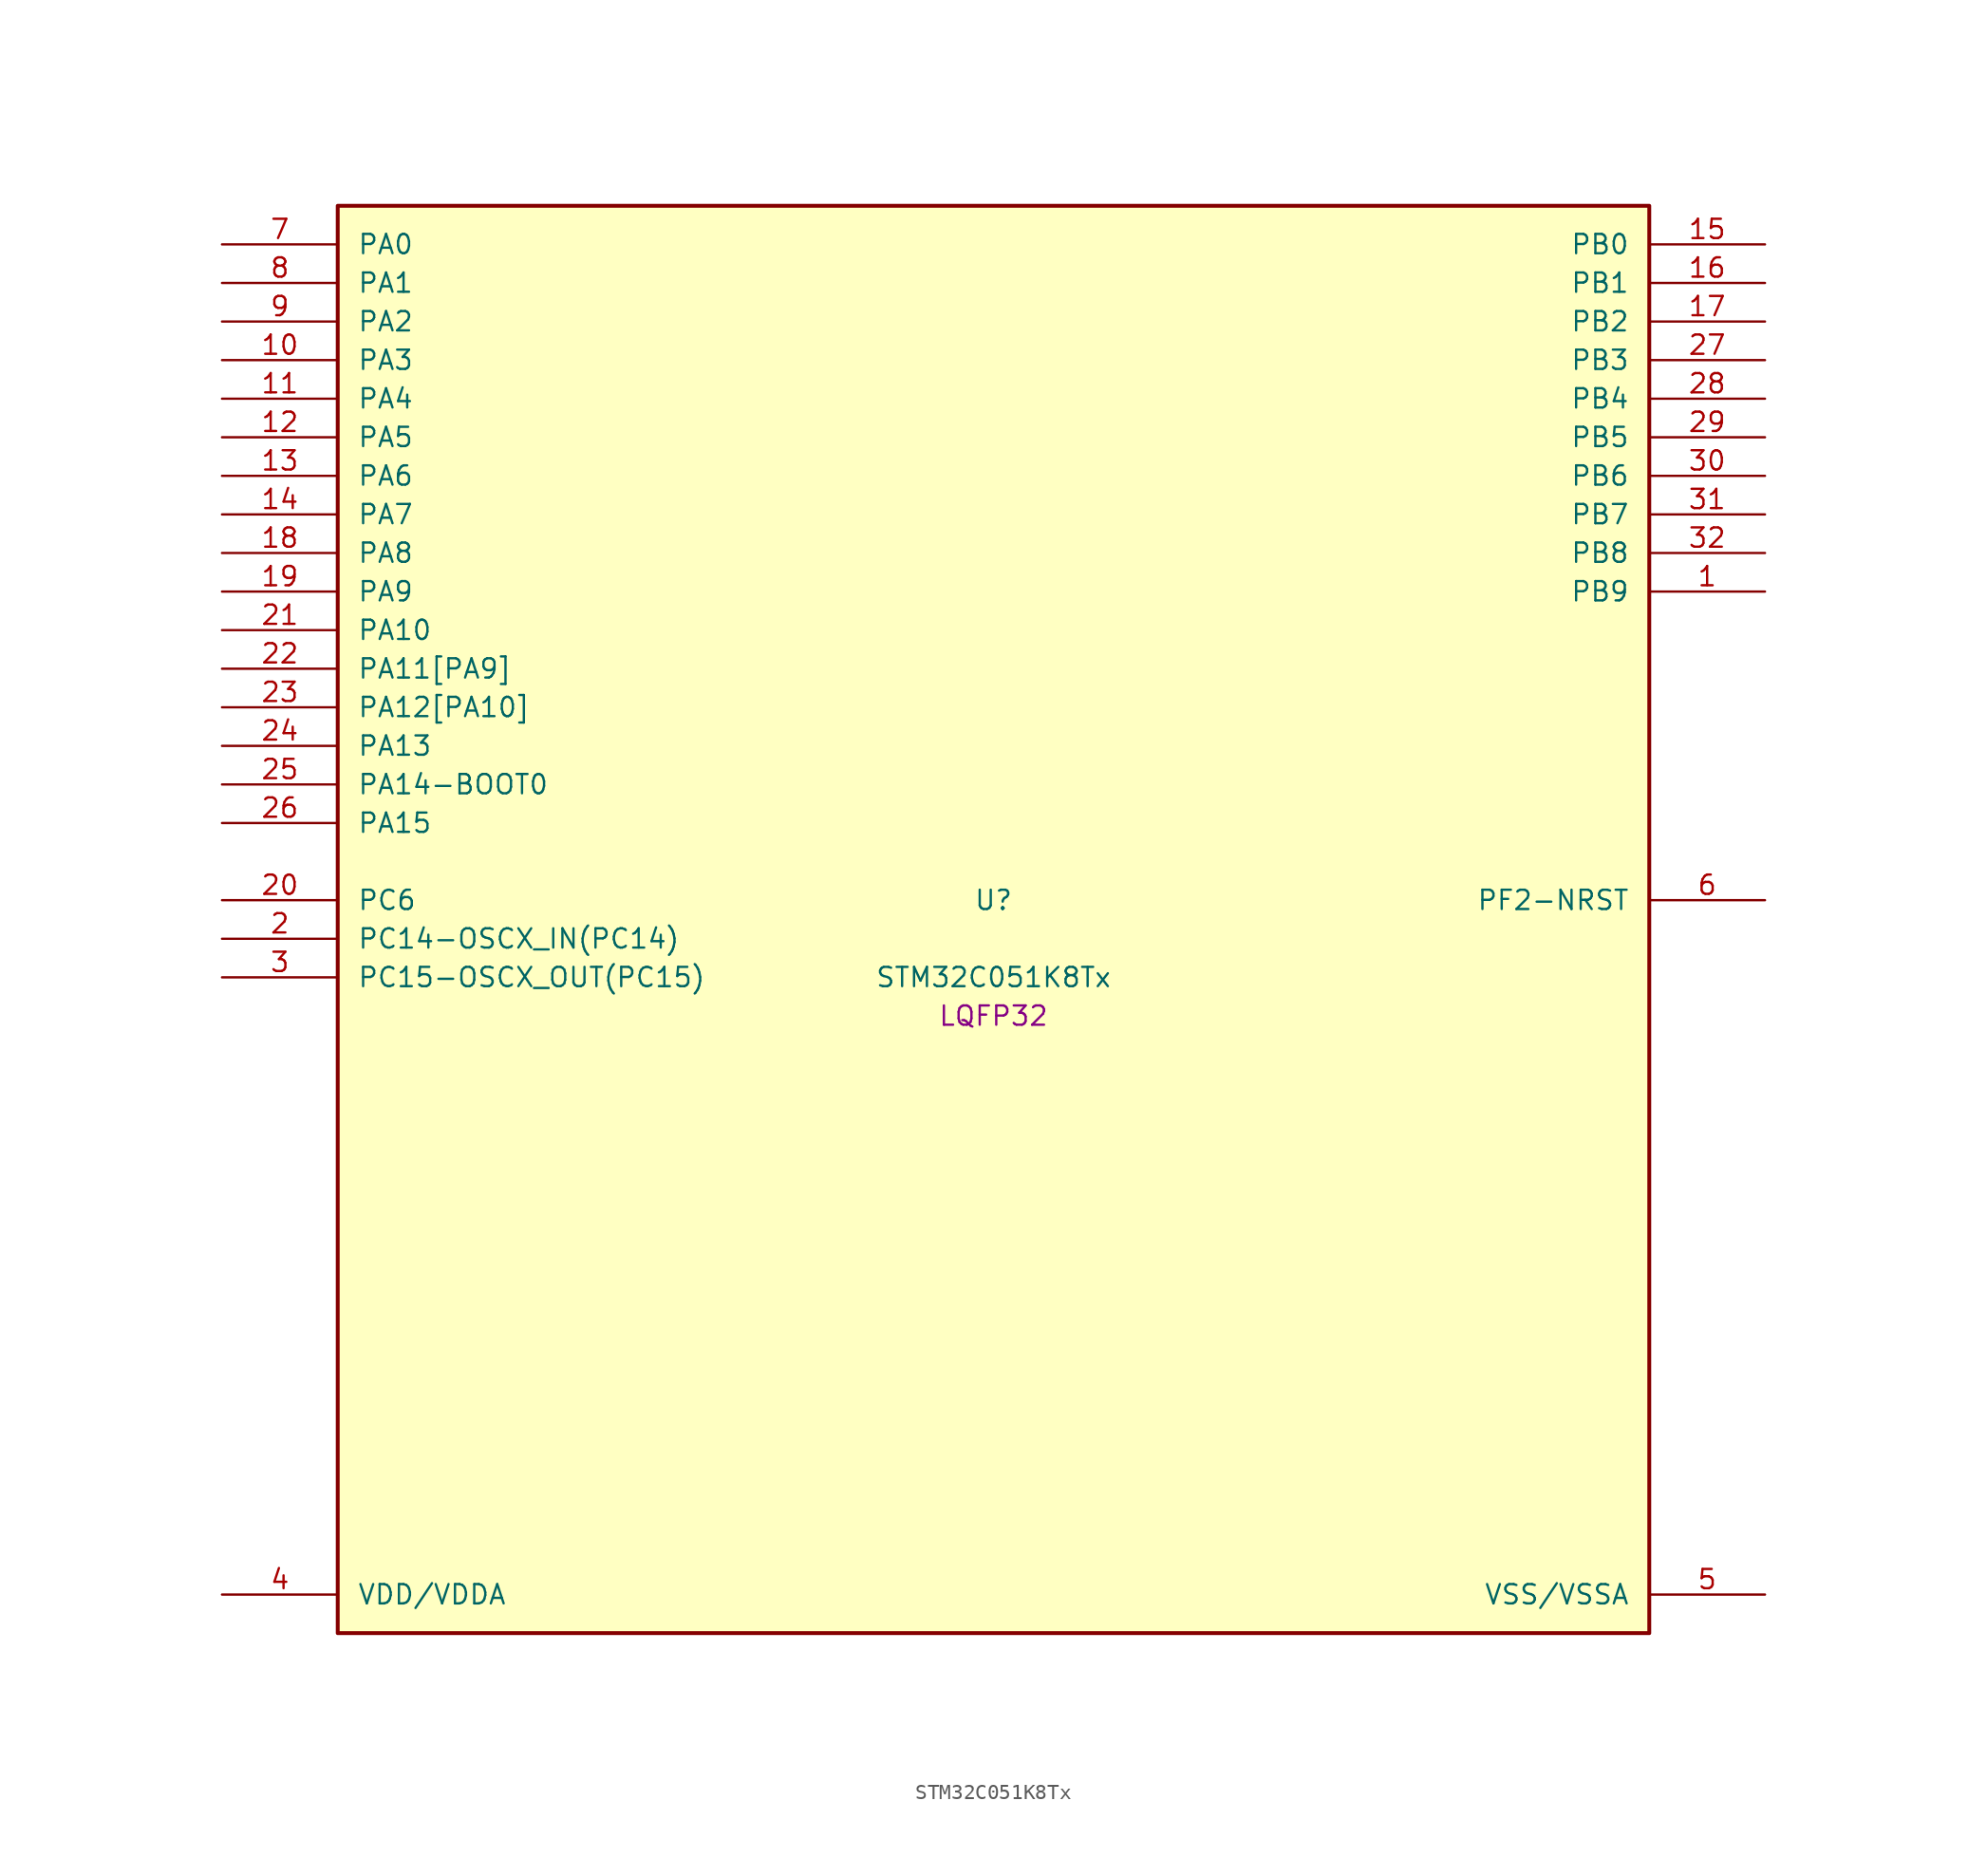
<source format=kicad_sym>
(kicad_symbol_lib
  (version 20241209)
  (generator "stm32_pkl_generator")
  (generator_version "1.0")
  (symbol "STM32C051K8Tx"
    (pin_names
      (offset 1.27))
    (property "Reference" "U"
      (at 0 2.54 0))
    (property "Value" "STM32C051K8Tx"
      (at 0 -2.54 0))
    (property "Footprint" "LQFP32"
      (at 0 -5.08 0))
    (symbol "STM32C051K8Tx_1_1"
      (rectangle (start -43.18 48.26) (end 43.18 -45.72) (stroke (width 0.254) (type solid)) (fill (type background)))
      (pin bidirectional line (at -50.8 45.72 0) (length 7.62) (name "PA0") (number "7") (alternate "PA0/ADC1_IN0" bidirectional line) (alternate "PA0/PWR_WKUP1" bidirectional line) (alternate "PA0/SPI2_SCK" bidirectional line) (alternate "PA0/TIM16_CH1" bidirectional line) (alternate "PA0/TIM1_CH1" bidirectional line) (alternate "PA0/TIM2_CH1" bidirectional line) (alternate "PA0/TIM2_ETR" bidirectional line) (alternate "PA0/USART1_TX" bidirectional line) (alternate "PA0/USART2_CTS" bidirectional line) (alternate "PA0/USART2_NSS" bidirectional line))
      (pin bidirectional line (at -50.8 43.18 0) (length 7.62) (name "PA1") (number "8") (alternate "PA1/ADC1_IN1" bidirectional line) (alternate "PA1/I2C1_SMBA" bidirectional line) (alternate "PA1/I2S1_CK" bidirectional line) (alternate "PA1/SPI1_SCK" bidirectional line) (alternate "PA1/TIM17_CH1" bidirectional line) (alternate "PA1/TIM1_CH2" bidirectional line) (alternate "PA1/TIM2_CH2" bidirectional line) (alternate "PA1/USART1_RX" bidirectional line) (alternate "PA1/USART2_CK" bidirectional line) (alternate "PA1/USART2_DE" bidirectional line) (alternate "PA1/USART2_RTS" bidirectional line))
      (pin bidirectional line (at -50.8 40.64 0) (length 7.62) (name "PA2") (number "9") (alternate "PA2/ADC1_IN2" bidirectional line) (alternate "PA2/I2S1_SD" bidirectional line) (alternate "PA2/PWR_WKUP4" bidirectional line) (alternate "PA2/RCC_LSCO" bidirectional line) (alternate "PA2/SPI1_MOSI" bidirectional line) (alternate "PA2/TIM16_CH1N" bidirectional line) (alternate "PA2/TIM1_CH3" bidirectional line) (alternate "PA2/TIM2_CH3" bidirectional line) (alternate "PA2/TIM3_ETR" bidirectional line) (alternate "PA2/USART2_TX" bidirectional line))
      (pin bidirectional line (at -50.8 38.1 0) (length 7.62) (name "PA3") (number "10") (alternate "PA3/ADC1_IN3" bidirectional line) (alternate "PA3/SPI2_MISO" bidirectional line) (alternate "PA3/TIM1_CH1N" bidirectional line) (alternate "PA3/TIM1_CH4" bidirectional line) (alternate "PA3/TIM2_CH4" bidirectional line) (alternate "PA3/USART2_RX" bidirectional line))
      (pin bidirectional line (at -50.8 35.56 0) (length 7.62) (name "PA4") (number "11") (alternate "PA4/ADC1_IN4" bidirectional line) (alternate "PA4/I2S1_WS" bidirectional line) (alternate "PA4/PWR_WKUP2" bidirectional line) (alternate "PA4/RTC_OUT1" bidirectional line) (alternate "PA4/RTC_TS" bidirectional line) (alternate "PA4/SPI1_NSS" bidirectional line) (alternate "PA4/SPI2_MOSI" bidirectional line) (alternate "PA4/TIM14_CH1" bidirectional line) (alternate "PA4/TIM17_CH1N" bidirectional line) (alternate "PA4/TIM1_CH2N" bidirectional line) (alternate "PA4/USART2_TX" bidirectional line))
      (pin bidirectional line (at -50.8 33.02 0) (length 7.62) (name "PA5") (number "12") (alternate "PA5/ADC1_IN5" bidirectional line) (alternate "PA5/I2S1_CK" bidirectional line) (alternate "PA5/SPI1_SCK" bidirectional line) (alternate "PA5/TIM1_CH1" bidirectional line) (alternate "PA5/TIM1_CH3N" bidirectional line) (alternate "PA5/TIM2_CH1" bidirectional line) (alternate "PA5/TIM2_ETR" bidirectional line) (alternate "PA5/USART2_RX" bidirectional line))
      (pin bidirectional line (at -50.8 30.48 0) (length 7.62) (name "PA6") (number "13") (alternate "PA6/ADC1_IN6" bidirectional line) (alternate "PA6/I2C2_SDA" bidirectional line) (alternate "PA6/I2S1_MCK" bidirectional line) (alternate "PA6/SPI1_MISO" bidirectional line) (alternate "PA6/TIM16_CH1" bidirectional line) (alternate "PA6/TIM1_BKIN" bidirectional line) (alternate "PA6/TIM3_CH1" bidirectional line) (alternate "PA6/USART1_TX" bidirectional line))
      (pin bidirectional line (at -50.8 27.94 0) (length 7.62) (name "PA7") (number "14") (alternate "PA7/ADC1_IN7" bidirectional line) (alternate "PA7/I2C2_SCL" bidirectional line) (alternate "PA7/I2S1_SD" bidirectional line) (alternate "PA7/SPI1_MOSI" bidirectional line) (alternate "PA7/TIM14_CH1" bidirectional line) (alternate "PA7/TIM17_CH1" bidirectional line) (alternate "PA7/TIM1_CH1N" bidirectional line) (alternate "PA7/TIM3_CH2" bidirectional line) (alternate "PA7/USART1_RX" bidirectional line))
      (pin bidirectional line (at -50.8 25.4 0) (length 7.62) (name "PA8") (number "18") (alternate "PA8/ADC1_IN8" bidirectional line) (alternate "PA8/I2S1_WS" bidirectional line) (alternate "PA8/RCC_MCO" bidirectional line) (alternate "PA8/RCC_MCO_2" bidirectional line) (alternate "PA8/SPI1_NSS" bidirectional line) (alternate "PA8/SPI2_MISO" bidirectional line) (alternate "PA8/SPI2_NSS" bidirectional line) (alternate "PA8/TIM14_CH1" bidirectional line) (alternate "PA8/TIM1_CH1" bidirectional line) (alternate "PA8/TIM1_CH2N" bidirectional line) (alternate "PA8/TIM1_CH3N" bidirectional line) (alternate "PA8/TIM3_CH3" bidirectional line) (alternate "PA8/TIM3_CH4" bidirectional line) (alternate "PA8/USART1_RX" bidirectional line) (alternate "PA8/USART2_TX" bidirectional line))
      (pin bidirectional line (at -50.8 22.86 0) (length 7.62) (name "PA9") (number "19") (alternate "PA9/I2C1_SCL" bidirectional line) (alternate "PA9/I2C2_SCL" bidirectional line) (alternate "PA9/RCC_MCO" bidirectional line) (alternate "PA9/SPI2_MISO" bidirectional line) (alternate "PA9/TIM1_CH2" bidirectional line) (alternate "PA9/TIM3_ETR" bidirectional line) (alternate "PA9/USART1_TX" bidirectional line) (alternate "PA9/NC" bidirectional line))
      (pin bidirectional line (at -50.8 20.32 0) (length 7.62) (name "PA10") (number "21") (alternate "PA10/I2C1_SDA" bidirectional line) (alternate "PA10/I2C2_SDA" bidirectional line) (alternate "PA10/RCC_MCO_2" bidirectional line) (alternate "PA10/SPI2_MOSI" bidirectional line) (alternate "PA10/TIM17_BKIN" bidirectional line) (alternate "PA10/TIM1_CH3" bidirectional line) (alternate "PA10/USART1_RX" bidirectional line) (alternate "PA10/NC" bidirectional line))
      (pin bidirectional line (at -50.8 17.78 0) (length 7.62) (name "PA11[PA9]") (number "22") (alternate "PA11[PA9]/ADC1_EXTI11" bidirectional line) (alternate "PA11[PA9]/ADC1_IN11" bidirectional line) (alternate "PA11[PA9]/I2C2_SCL" bidirectional line) (alternate "PA11[PA9]/I2S1_MCK" bidirectional line) (alternate "PA11[PA9]/SPI1_MISO" bidirectional line) (alternate "PA11[PA9]/TIM1_BKIN2" bidirectional line) (alternate "PA11[PA9]/TIM1_CH4" bidirectional line) (alternate "PA11[PA9]/USART1_CTS" bidirectional line) (alternate "PA11[PA9]/USART1_NSS" bidirectional line) (alternate "PA11[PA9]/PA9[PA11]" bidirectional line) (alternate "PA11[PA9]/I2C1_SCL" bidirectional line) (alternate "PA11[PA9]/RCC_MCO" bidirectional line) (alternate "PA11[PA9]/SPI2_MISO" bidirectional line) (alternate "PA11[PA9]/TIM1_CH2" bidirectional line) (alternate "PA11[PA9]/TIM3_ETR" bidirectional line) (alternate "PA11[PA9]/USART1_TX" bidirectional line))
      (pin bidirectional line (at -50.8 15.24 0) (length 7.62) (name "PA12[PA10]") (number "23") (alternate "PA12[PA10]/ADC1_IN12" bidirectional line) (alternate "PA12[PA10]/I2C2_SDA" bidirectional line) (alternate "PA12[PA10]/I2S1_SD" bidirectional line) (alternate "PA12[PA10]/I2S_CKIN" bidirectional line) (alternate "PA12[PA10]/SPI1_MOSI" bidirectional line) (alternate "PA12[PA10]/TIM1_ETR" bidirectional line) (alternate "PA12[PA10]/USART1_CK" bidirectional line) (alternate "PA12[PA10]/USART1_DE" bidirectional line) (alternate "PA12[PA10]/USART1_RTS" bidirectional line) (alternate "PA12[PA10]/PA10[PA12]" bidirectional line) (alternate "PA12[PA10]/I2C1_SDA" bidirectional line) (alternate "PA12[PA10]/RCC_MCO_2" bidirectional line) (alternate "PA12[PA10]/SPI2_MOSI" bidirectional line) (alternate "PA12[PA10]/TIM17_BKIN" bidirectional line) (alternate "PA12[PA10]/TIM1_CH3" bidirectional line) (alternate "PA12[PA10]/USART1_RX" bidirectional line))
      (pin bidirectional line (at -50.8 12.7 0) (length 7.62) (name "PA13") (number "24") (alternate "PA13/ADC1_IN13" bidirectional line) (alternate "PA13/DEBUG_SWDIO" bidirectional line) (alternate "PA13/IR_OUT" bidirectional line) (alternate "PA13/TIM3_ETR" bidirectional line) (alternate "PA13/USART2_RX" bidirectional line))
      (pin bidirectional line (at -50.8 10.16 0) (length 7.62) (name "PA14-BOOT0") (number "25") (alternate "PA14-BOOT0/ADC1_IN14" bidirectional line) (alternate "PA14-BOOT0/BOOT0" bidirectional line) (alternate "PA14-BOOT0/DEBUG_SWCLK" bidirectional line) (alternate "PA14-BOOT0/I2S1_WS" bidirectional line) (alternate "PA14-BOOT0/RCC_MCO_2" bidirectional line) (alternate "PA14-BOOT0/SPI1_NSS" bidirectional line) (alternate "PA14-BOOT0/TIM1_CH1" bidirectional line) (alternate "PA14-BOOT0/USART1_CK" bidirectional line) (alternate "PA14-BOOT0/USART1_DE" bidirectional line) (alternate "PA14-BOOT0/USART1_RTS" bidirectional line) (alternate "PA14-BOOT0/USART2_RX" bidirectional line) (alternate "PA14-BOOT0/USART2_TX" bidirectional line))
      (pin bidirectional line (at -50.8 7.62 0) (length 7.62) (name "PA15") (number "26") (alternate "PA15/I2S1_WS" bidirectional line) (alternate "PA15/RCC_MCO_2" bidirectional line) (alternate "PA15/SPI1_NSS" bidirectional line) (alternate "PA15/TIM1_CH1" bidirectional line) (alternate "PA15/TIM2_CH1" bidirectional line) (alternate "PA15/TIM2_ETR" bidirectional line) (alternate "PA15/USART1_CK" bidirectional line) (alternate "PA15/USART1_DE" bidirectional line) (alternate "PA15/USART1_RTS" bidirectional line) (alternate "PA15/USART2_RX" bidirectional line))
      (pin bidirectional line (at 50.8 45.72 180) (length 7.62) (name "PB0") (number "15") (alternate "PB0/ADC1_IN17" bidirectional line) (alternate "PB0/I2S1_WS" bidirectional line) (alternate "PB0/SPI1_NSS" bidirectional line) (alternate "PB0/TIM1_CH2N" bidirectional line) (alternate "PB0/TIM3_CH3" bidirectional line))
      (pin bidirectional line (at 50.8 43.18 180) (length 7.62) (name "PB1") (number "16") (alternate "PB1/ADC1_IN18" bidirectional line) (alternate "PB1/TIM14_CH1" bidirectional line) (alternate "PB1/TIM1_CH2N" bidirectional line) (alternate "PB1/TIM1_CH3N" bidirectional line) (alternate "PB1/TIM3_CH4" bidirectional line))
      (pin bidirectional line (at 50.8 40.64 180) (length 7.62) (name "PB2") (number "17") (alternate "PB2/ADC1_IN19" bidirectional line) (alternate "PB2/RCC_MCO_2" bidirectional line) (alternate "PB2/SPI2_MISO" bidirectional line) (alternate "PB2/USART1_RX" bidirectional line))
      (pin bidirectional line (at 50.8 38.1 180) (length 7.62) (name "PB3") (number "27") (alternate "PB3/I2C2_SCL" bidirectional line) (alternate "PB3/I2S1_CK" bidirectional line) (alternate "PB3/SPI1_SCK" bidirectional line) (alternate "PB3/TIM1_CH2" bidirectional line) (alternate "PB3/TIM2_CH2" bidirectional line) (alternate "PB3/TIM3_CH2" bidirectional line) (alternate "PB3/USART1_CK" bidirectional line) (alternate "PB3/USART1_DE" bidirectional line) (alternate "PB3/USART1_RTS" bidirectional line))
      (pin bidirectional line (at 50.8 35.56 180) (length 7.62) (name "PB4") (number "28") (alternate "PB4/I2C2_SDA" bidirectional line) (alternate "PB4/I2S1_MCK" bidirectional line) (alternate "PB4/SPI1_MISO" bidirectional line) (alternate "PB4/TIM17_BKIN" bidirectional line) (alternate "PB4/TIM3_CH1" bidirectional line) (alternate "PB4/USART1_CTS" bidirectional line) (alternate "PB4/USART1_NSS" bidirectional line))
      (pin bidirectional line (at 50.8 33.02 180) (length 7.62) (name "PB5") (number "29") (alternate "PB5/I2C1_SMBA" bidirectional line) (alternate "PB5/I2S1_SD" bidirectional line) (alternate "PB5/PWR_WKUP6" bidirectional line) (alternate "PB5/SPI1_MOSI" bidirectional line) (alternate "PB5/TIM16_BKIN" bidirectional line) (alternate "PB5/TIM3_CH2" bidirectional line) (alternate "PB5/TIM3_CH3" bidirectional line))
      (pin bidirectional line (at 50.8 30.48 180) (length 7.62) (name "PB6") (number "30") (alternate "PB6/I2C1_SCL" bidirectional line) (alternate "PB6/I2C1_SMBA" bidirectional line) (alternate "PB6/I2S1_CK" bidirectional line) (alternate "PB6/I2S1_MCK" bidirectional line) (alternate "PB6/I2S1_SD" bidirectional line) (alternate "PB6/PWR_WKUP3" bidirectional line) (alternate "PB6/SPI1_MISO" bidirectional line) (alternate "PB6/SPI1_MOSI" bidirectional line) (alternate "PB6/SPI1_SCK" bidirectional line) (alternate "PB6/SPI2_MISO" bidirectional line) (alternate "PB6/TIM16_BKIN" bidirectional line) (alternate "PB6/TIM16_CH1N" bidirectional line) (alternate "PB6/TIM17_BKIN" bidirectional line) (alternate "PB6/TIM1_CH2" bidirectional line) (alternate "PB6/TIM1_CH3" bidirectional line) (alternate "PB6/TIM3_CH1" bidirectional line) (alternate "PB6/TIM3_CH2" bidirectional line) (alternate "PB6/TIM3_CH3" bidirectional line) (alternate "PB6/USART1_CTS" bidirectional line) (alternate "PB6/USART1_NSS" bidirectional line) (alternate "PB6/USART1_TX" bidirectional line))
      (pin bidirectional line (at 50.8 27.94 180) (length 7.62) (name "PB7") (number "31") (alternate "PB7/I2C1_SCL" bidirectional line) (alternate "PB7/I2C1_SDA" bidirectional line) (alternate "PB7/RTC_REFIN" bidirectional line) (alternate "PB7/SPI2_MOSI" bidirectional line) (alternate "PB7/TIM16_CH1" bidirectional line) (alternate "PB7/TIM17_CH1N" bidirectional line) (alternate "PB7/TIM1_CH1" bidirectional line) (alternate "PB7/TIM1_CH4" bidirectional line) (alternate "PB7/TIM3_CH1" bidirectional line) (alternate "PB7/TIM3_CH4" bidirectional line) (alternate "PB7/USART1_RX" bidirectional line) (alternate "PB7/USART2_CTS" bidirectional line) (alternate "PB7/USART2_NSS" bidirectional line))
      (pin bidirectional line (at 50.8 25.4 180) (length 7.62) (name "PB8") (number "32") (alternate "PB8/I2C1_SCL" bidirectional line) (alternate "PB8/SPI2_SCK" bidirectional line) (alternate "PB8/TIM16_CH1" bidirectional line) (alternate "PB8/TIM3_CH1" bidirectional line) (alternate "PB8/USART2_CTS" bidirectional line) (alternate "PB8/USART2_NSS" bidirectional line))
      (pin bidirectional line (at 50.8 22.86 180) (length 7.62) (name "PB9") (number "1") (alternate "PB9/I2C1_SDA" bidirectional line) (alternate "PB9/IR_OUT" bidirectional line) (alternate "PB9/SPI2_NSS" bidirectional line) (alternate "PB9/TIM17_CH1" bidirectional line) (alternate "PB9/TIM3_CH2" bidirectional line) (alternate "PB9/USART2_CK" bidirectional line) (alternate "PB9/USART2_DE" bidirectional line) (alternate "PB9/USART2_RTS" bidirectional line))
      (pin bidirectional line (at -50.8 2.54 0) (length 7.62) (name "PC6") (number "20") (alternate "PC6/TIM2_CH3" bidirectional line) (alternate "PC6/TIM3_CH1" bidirectional line))
      (pin bidirectional line (at -50.8 0 0) (length 7.62) (name "PC14-OSCX_IN(PC14)") (number "2") (alternate "PC14-OSCX_IN(PC14)/I2C1_SDA" bidirectional line) (alternate "PC14-OSCX_IN(PC14)/IR_OUT" bidirectional line) (alternate "PC14-OSCX_IN(PC14)/RCC_OSCX_IN" bidirectional line) (alternate "PC14-OSCX_IN(PC14)/SPI2_NSS" bidirectional line) (alternate "PC14-OSCX_IN(PC14)/TIM17_CH1" bidirectional line) (alternate "PC14-OSCX_IN(PC14)/TIM1_BKIN2" bidirectional line) (alternate "PC14-OSCX_IN(PC14)/TIM1_ETR" bidirectional line) (alternate "PC14-OSCX_IN(PC14)/TIM3_CH2" bidirectional line) (alternate "PC14-OSCX_IN(PC14)/USART1_RX" bidirectional line) (alternate "PC14-OSCX_IN(PC14)/USART1_TX" bidirectional line) (alternate "PC14-OSCX_IN(PC14)/USART2_CK" bidirectional line) (alternate "PC14-OSCX_IN(PC14)/USART2_DE" bidirectional line) (alternate "PC14-OSCX_IN(PC14)/USART2_RTS" bidirectional line))
      (pin bidirectional line (at -50.8 -2.54 0) (length 7.62) (name "PC15-OSCX_OUT(PC15)") (number "3") (alternate "PC15-OSCX_OUT(PC15)/RCC_OSC32_EN" bidirectional line) (alternate "PC15-OSCX_OUT(PC15)/RCC_OSCX_OUT" bidirectional line) (alternate "PC15-OSCX_OUT(PC15)/RCC_OSC_EN" bidirectional line) (alternate "PC15-OSCX_OUT(PC15)/TIM1_CH2" bidirectional line) (alternate "PC15-OSCX_OUT(PC15)/TIM1_ETR" bidirectional line) (alternate "PC15-OSCX_OUT(PC15)/TIM3_CH3" bidirectional line))
      (pin bidirectional line (at 50.8 2.54 180) (length 7.62) (name "PF2-NRST") (number "6") (alternate "PF2-NRST/RCC_MCO" bidirectional line) (alternate "PF2-NRST/TIM1_CH4" bidirectional line))
      (pin power_in line (at -50.8 -43.18 0) (length 7.62) (name "VDD/VDDA") (number "4"))
      (pin power_in line (at 50.8 -43.18 180) (length 7.62) (name "VSS/VSSA") (number "5")))))
</source>
